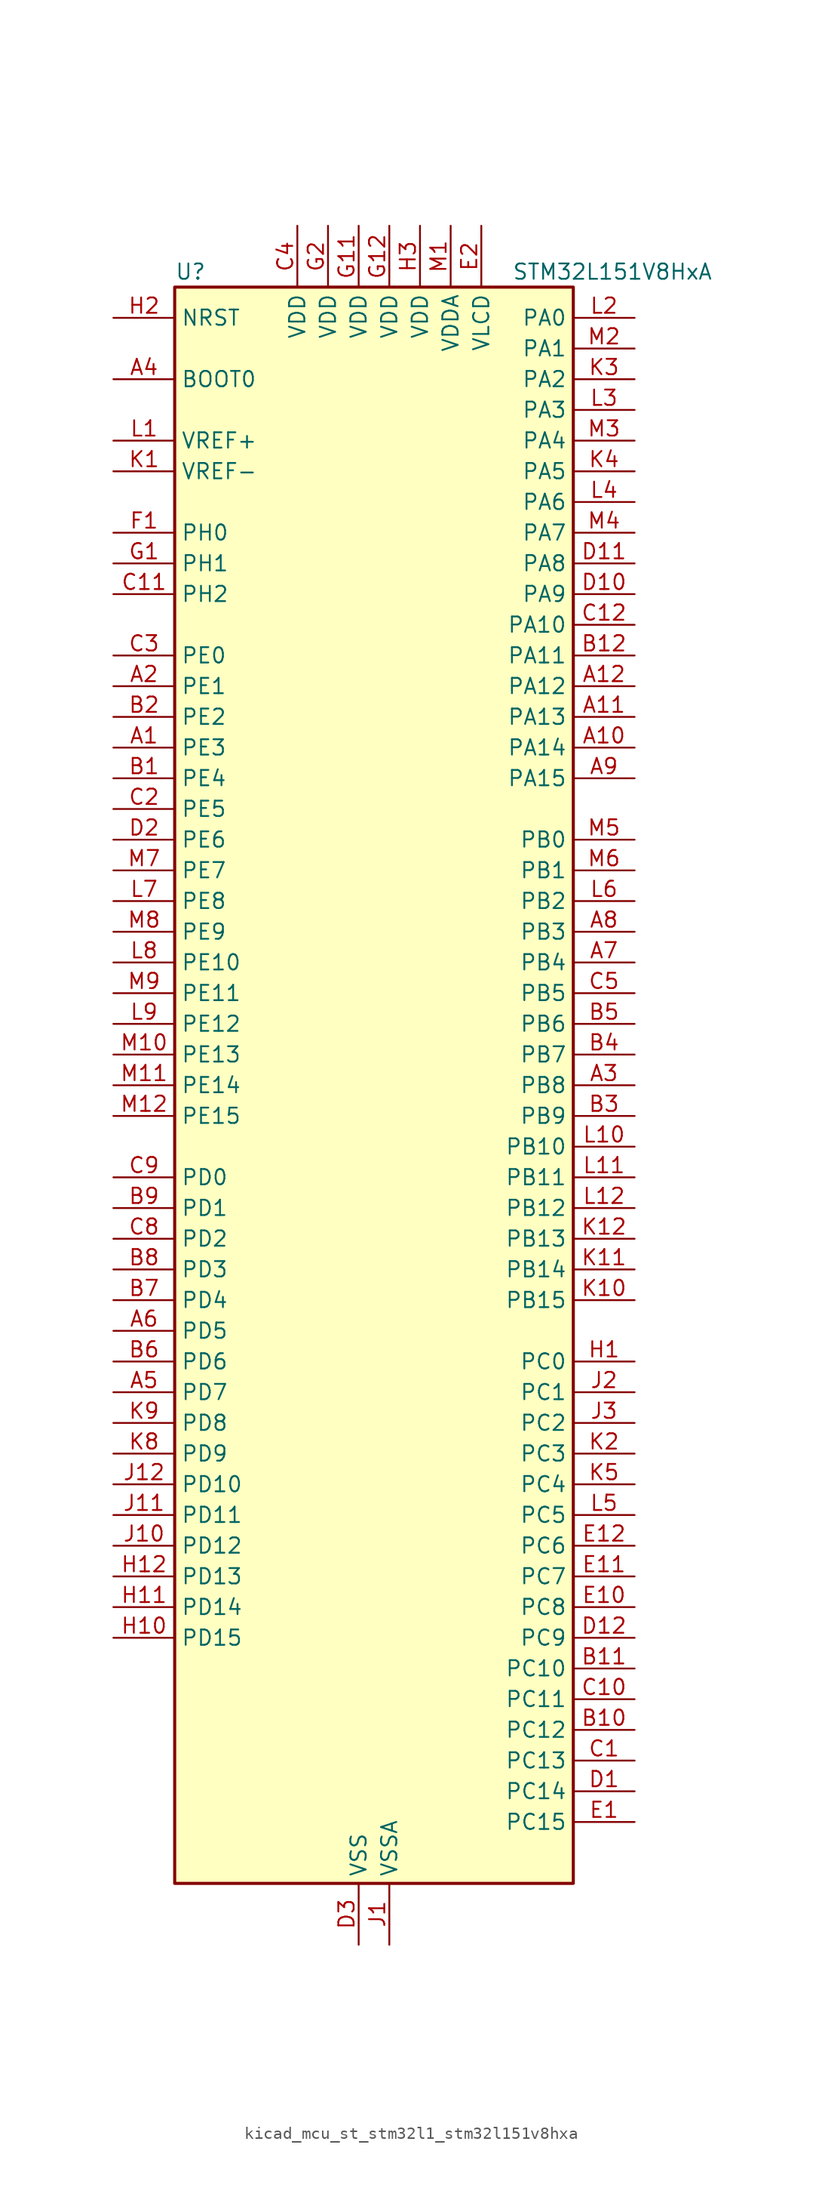
<source format=kicad_sym>
(kicad_symbol_lib
  (version 20220914)
  (generator kicad_symbol_editor)
  (symbol "kicad_mcu_st_stm32l1_stm32l151v8hxa"
    (property "Reference" "U"
      (at -15.24 67.31 0)
      (effects (font (size 1.27 1.27)) (justify left)))
    (property "Value" "STM32L151V8HxA"
      (at 12.7 67.31 0)
      (effects (font (size 1.27 1.27)) (justify left)))
    (property "ki_locked" ""
      (at 0 0 0)
      (effects (font (size 1.27 1.27))))
    (symbol "kicad_mcu_st_stm32l1_stm32l151v8hxa_0_1"
      (rectangle (start -15.24 -66.04) (end 17.78 66.04) (stroke (width 0.254) (type default)) (fill (type background))))
    (symbol "kicad_mcu_st_stm32l1_stm32l151v8hxa_1_1"
      (pin bidirectional line (at -20.32 27.94 0) (length 5.08) (name "PE3" (effects (font (size 1.27 1.27)))) (number "A1" (effects (font (size 1.27 1.27)))) (alternate "SYS_TRACED0" bidirectional line) (alternate "TIM3_CH1" bidirectional line) (alternate "TIMX_IC4" bidirectional line))
      (pin bidirectional line (at 22.86 27.94 180) (length 5.08) (name "PA14" (effects (font (size 1.27 1.27)))) (number "A10" (effects (font (size 1.27 1.27)))) (alternate "SYS_JTCK-SWCLK" bidirectional line) (alternate "TIMX_IC3" bidirectional line) (alternate "TS_G5_IO2" bidirectional line))
      (pin bidirectional line (at 22.86 30.48 180) (length 5.08) (name "PA13" (effects (font (size 1.27 1.27)))) (number "A11" (effects (font (size 1.27 1.27)))) (alternate "SYS_JTMS-SWDIO" bidirectional line) (alternate "TIMX_IC2" bidirectional line) (alternate "TS_G5_IO1" bidirectional line))
      (pin bidirectional line (at 22.86 33.02 180) (length 5.08) (name "PA12" (effects (font (size 1.27 1.27)))) (number "A12" (effects (font (size 1.27 1.27)))) (alternate "SPI1_MOSI" bidirectional line) (alternate "TIMX_IC1" bidirectional line) (alternate "USART1_RTS" bidirectional line) (alternate "USB_DP" bidirectional line))
      (pin bidirectional line (at -20.32 33.02 0) (length 5.08) (name "PE1" (effects (font (size 1.27 1.27)))) (number "A2" (effects (font (size 1.27 1.27)))) (alternate "TIM11_CH1" bidirectional line) (alternate "TIMX_IC2" bidirectional line))
      (pin bidirectional line (at 22.86 0 180) (length 5.08) (name "PB8" (effects (font (size 1.27 1.27)))) (number "A3" (effects (font (size 1.27 1.27)))) (alternate "I2C1_SCL" bidirectional line) (alternate "TIM10_CH1" bidirectional line) (alternate "TIM4_CH3" bidirectional line))
      (pin input line (at -20.32 58.42 0) (length 5.08) (name "BOOT0" (effects (font (size 1.27 1.27)))) (number "A4" (effects (font (size 1.27 1.27)))))
      (pin bidirectional line (at -20.32 -25.4 0) (length 5.08) (name "PD7" (effects (font (size 1.27 1.27)))) (number "A5" (effects (font (size 1.27 1.27)))) (alternate "TIM9_CH2" bidirectional line) (alternate "TIMX_IC4" bidirectional line) (alternate "USART2_CK" bidirectional line))
      (pin bidirectional line (at -20.32 -20.32 0) (length 5.08) (name "PD5" (effects (font (size 1.27 1.27)))) (number "A6" (effects (font (size 1.27 1.27)))) (alternate "TIMX_IC2" bidirectional line) (alternate "USART2_TX" bidirectional line))
      (pin bidirectional line (at 22.86 10.16 180) (length 5.08) (name "PB4" (effects (font (size 1.27 1.27)))) (number "A7" (effects (font (size 1.27 1.27)))) (alternate "COMP2_INP" bidirectional line) (alternate "SPI1_MISO" bidirectional line) (alternate "SYS_JTRST" bidirectional line) (alternate "TIM3_CH1" bidirectional line) (alternate "TS_G6_IO1" bidirectional line))
      (pin bidirectional line (at 22.86 12.7 180) (length 5.08) (name "PB3" (effects (font (size 1.27 1.27)))) (number "A8" (effects (font (size 1.27 1.27)))) (alternate "COMP2_INM" bidirectional line) (alternate "SPI1_SCK" bidirectional line) (alternate "SYS_JTDO-TRACESWO" bidirectional line) (alternate "TIM2_CH2" bidirectional line))
      (pin bidirectional line (at 22.86 25.4 180) (length 5.08) (name "PA15" (effects (font (size 1.27 1.27)))) (number "A9" (effects (font (size 1.27 1.27)))) (alternate "ADC_EXTI15" bidirectional line) (alternate "SPI1_NSS" bidirectional line) (alternate "SYS_JTDI" bidirectional line) (alternate "TIM2_CH1" bidirectional line) (alternate "TIM2_ETR" bidirectional line) (alternate "TIMX_IC4" bidirectional line) (alternate "TS_G5_IO3" bidirectional line))
      (pin bidirectional line (at -20.32 25.4 0) (length 5.08) (name "PE4" (effects (font (size 1.27 1.27)))) (number "B1" (effects (font (size 1.27 1.27)))) (alternate "SYS_TRACED1" bidirectional line) (alternate "TIM3_CH2" bidirectional line) (alternate "TIMX_IC1" bidirectional line))
      (pin bidirectional line (at 22.86 -53.34 180) (length 5.08) (name "PC12" (effects (font (size 1.27 1.27)))) (number "B10" (effects (font (size 1.27 1.27)))) (alternate "TIMX_IC1" bidirectional line) (alternate "USART3_CK" bidirectional line))
      (pin bidirectional line (at 22.86 -48.26 180) (length 5.08) (name "PC10" (effects (font (size 1.27 1.27)))) (number "B11" (effects (font (size 1.27 1.27)))) (alternate "TIMX_IC3" bidirectional line) (alternate "USART3_TX" bidirectional line))
      (pin bidirectional line (at 22.86 35.56 180) (length 5.08) (name "PA11" (effects (font (size 1.27 1.27)))) (number "B12" (effects (font (size 1.27 1.27)))) (alternate "ADC_EXTI11" bidirectional line) (alternate "SPI1_MISO" bidirectional line) (alternate "TIMX_IC4" bidirectional line) (alternate "USART1_CTS" bidirectional line) (alternate "USB_DM" bidirectional line))
      (pin bidirectional line (at -20.32 30.48 0) (length 5.08) (name "PE2" (effects (font (size 1.27 1.27)))) (number "B2" (effects (font (size 1.27 1.27)))) (alternate "SYS_TRACECK" bidirectional line) (alternate "TIM3_ETR" bidirectional line) (alternate "TIMX_IC3" bidirectional line))
      (pin bidirectional line (at 22.86 -2.54 180) (length 5.08) (name "PB9" (effects (font (size 1.27 1.27)))) (number "B3" (effects (font (size 1.27 1.27)))) (alternate "DAC_EXTI9" bidirectional line) (alternate "I2C1_SDA" bidirectional line) (alternate "TIM11_CH1" bidirectional line) (alternate "TIM4_CH4" bidirectional line))
      (pin bidirectional line (at 22.86 2.54 180) (length 5.08) (name "PB7" (effects (font (size 1.27 1.27)))) (number "B4" (effects (font (size 1.27 1.27)))) (alternate "I2C1_SDA" bidirectional line) (alternate "SYS_PVD_IN" bidirectional line) (alternate "TIM4_CH2" bidirectional line) (alternate "TS_G6_IO4" bidirectional line) (alternate "USART1_RX" bidirectional line))
      (pin bidirectional line (at 22.86 5.08 180) (length 5.08) (name "PB6" (effects (font (size 1.27 1.27)))) (number "B5" (effects (font (size 1.27 1.27)))) (alternate "I2C1_SCL" bidirectional line) (alternate "TIM4_CH1" bidirectional line) (alternate "TS_G6_IO3" bidirectional line) (alternate "USART1_TX" bidirectional line))
      (pin bidirectional line (at -20.32 -22.86 0) (length 5.08) (name "PD6" (effects (font (size 1.27 1.27)))) (number "B6" (effects (font (size 1.27 1.27)))) (alternate "TIMX_IC3" bidirectional line) (alternate "USART2_RX" bidirectional line))
      (pin bidirectional line (at -20.32 -17.78 0) (length 5.08) (name "PD4" (effects (font (size 1.27 1.27)))) (number "B7" (effects (font (size 1.27 1.27)))) (alternate "SPI2_MOSI" bidirectional line) (alternate "TIMX_IC1" bidirectional line) (alternate "USART2_RTS" bidirectional line))
      (pin bidirectional line (at -20.32 -15.24 0) (length 5.08) (name "PD3" (effects (font (size 1.27 1.27)))) (number "B8" (effects (font (size 1.27 1.27)))) (alternate "SPI2_MISO" bidirectional line) (alternate "TIMX_IC4" bidirectional line) (alternate "USART2_CTS" bidirectional line))
      (pin bidirectional line (at -20.32 -10.16 0) (length 5.08) (name "PD1" (effects (font (size 1.27 1.27)))) (number "B9" (effects (font (size 1.27 1.27)))) (alternate "SPI2_SCK" bidirectional line) (alternate "TIMX_IC2" bidirectional line))
      (pin bidirectional line (at 22.86 -55.88 180) (length 5.08) (name "PC13" (effects (font (size 1.27 1.27)))) (number "C1" (effects (font (size 1.27 1.27)))) (alternate "RTC_OUT_ALARM" bidirectional line) (alternate "RTC_OUT_CALIB" bidirectional line) (alternate "RTC_TAMP1" bidirectional line) (alternate "RTC_TS" bidirectional line) (alternate "SYS_WKUP2" bidirectional line) (alternate "TIMX_IC2" bidirectional line))
      (pin bidirectional line (at 22.86 -50.8 180) (length 5.08) (name "PC11" (effects (font (size 1.27 1.27)))) (number "C10" (effects (font (size 1.27 1.27)))) (alternate "ADC_EXTI11" bidirectional line) (alternate "TIMX_IC4" bidirectional line) (alternate "USART3_RX" bidirectional line))
      (pin bidirectional line (at -20.32 40.64 0) (length 5.08) (name "PH2" (effects (font (size 1.27 1.27)))) (number "C11" (effects (font (size 1.27 1.27)))))
      (pin bidirectional line (at 22.86 38.1 180) (length 5.08) (name "PA10" (effects (font (size 1.27 1.27)))) (number "C12" (effects (font (size 1.27 1.27)))) (alternate "TIMX_IC3" bidirectional line) (alternate "TS_G4_IO3" bidirectional line) (alternate "USART1_RX" bidirectional line))
      (pin bidirectional line (at -20.32 22.86 0) (length 5.08) (name "PE5" (effects (font (size 1.27 1.27)))) (number "C2" (effects (font (size 1.27 1.27)))) (alternate "SYS_TRACED2" bidirectional line) (alternate "TIM9_CH1" bidirectional line) (alternate "TIMX_IC2" bidirectional line))
      (pin bidirectional line (at -20.32 35.56 0) (length 5.08) (name "PE0" (effects (font (size 1.27 1.27)))) (number "C3" (effects (font (size 1.27 1.27)))) (alternate "TIM10_CH1" bidirectional line) (alternate "TIM4_ETR" bidirectional line) (alternate "TIMX_IC1" bidirectional line))
      (pin power_in line (at -5.08 71.12 270) (length 5.08) (name "VDD" (effects (font (size 1.27 1.27)))) (number "C4" (effects (font (size 1.27 1.27)))))
      (pin bidirectional line (at 22.86 7.62 180) (length 5.08) (name "PB5" (effects (font (size 1.27 1.27)))) (number "C5" (effects (font (size 1.27 1.27)))) (alternate "COMP2_INP" bidirectional line) (alternate "I2C1_SMBA" bidirectional line) (alternate "SPI1_MOSI" bidirectional line) (alternate "TIM3_CH2" bidirectional line) (alternate "TS_G6_IO2" bidirectional line))
      (pin bidirectional line (at -20.32 -12.7 0) (length 5.08) (name "PD2" (effects (font (size 1.27 1.27)))) (number "C8" (effects (font (size 1.27 1.27)))) (alternate "TIM3_ETR" bidirectional line) (alternate "TIMX_IC3" bidirectional line))
      (pin bidirectional line (at -20.32 -7.62 0) (length 5.08) (name "PD0" (effects (font (size 1.27 1.27)))) (number "C9" (effects (font (size 1.27 1.27)))) (alternate "SPI2_NSS" bidirectional line) (alternate "TIM9_CH1" bidirectional line) (alternate "TIMX_IC1" bidirectional line))
      (pin bidirectional line (at 22.86 -58.42 180) (length 5.08) (name "PC14" (effects (font (size 1.27 1.27)))) (number "D1" (effects (font (size 1.27 1.27)))) (alternate "RCC_OSC32_IN" bidirectional line) (alternate "TIMX_IC3" bidirectional line))
      (pin bidirectional line (at 22.86 40.64 180) (length 5.08) (name "PA9" (effects (font (size 1.27 1.27)))) (number "D10" (effects (font (size 1.27 1.27)))) (alternate "DAC_EXTI9" bidirectional line) (alternate "TIMX_IC2" bidirectional line) (alternate "TS_G4_IO2" bidirectional line) (alternate "USART1_TX" bidirectional line))
      (pin bidirectional line (at 22.86 43.18 180) (length 5.08) (name "PA8" (effects (font (size 1.27 1.27)))) (number "D11" (effects (font (size 1.27 1.27)))) (alternate "RCC_MCO" bidirectional line) (alternate "TIMX_IC1" bidirectional line) (alternate "TS_G4_IO1" bidirectional line) (alternate "USART1_CK" bidirectional line))
      (pin bidirectional line (at 22.86 -45.72 180) (length 5.08) (name "PC9" (effects (font (size 1.27 1.27)))) (number "D12" (effects (font (size 1.27 1.27)))) (alternate "DAC_EXTI9" bidirectional line) (alternate "TIM3_CH4" bidirectional line) (alternate "TIMX_IC2" bidirectional line) (alternate "TS_G10_IO4" bidirectional line))
      (pin bidirectional line (at -20.32 20.32 0) (length 5.08) (name "PE6" (effects (font (size 1.27 1.27)))) (number "D2" (effects (font (size 1.27 1.27)))) (alternate "RTC_TAMP3" bidirectional line) (alternate "SYS_TRACED3" bidirectional line) (alternate "SYS_WKUP3" bidirectional line) (alternate "TIM9_CH2" bidirectional line) (alternate "TIMX_IC3" bidirectional line))
      (pin power_in line (at 0 -71.12 90) (length 5.08) (name "VSS" (effects (font (size 1.27 1.27)))) (number "D3" (effects (font (size 1.27 1.27)))))
      (pin bidirectional line (at 22.86 -60.96 180) (length 5.08) (name "PC15" (effects (font (size 1.27 1.27)))) (number "E1" (effects (font (size 1.27 1.27)))) (alternate "ADC_EXTI15" bidirectional line) (alternate "RCC_OSC32_OUT" bidirectional line) (alternate "TIMX_IC4" bidirectional line))
      (pin bidirectional line (at 22.86 -43.18 180) (length 5.08) (name "PC8" (effects (font (size 1.27 1.27)))) (number "E10" (effects (font (size 1.27 1.27)))) (alternate "TIM3_CH3" bidirectional line) (alternate "TIMX_IC1" bidirectional line) (alternate "TS_G10_IO3" bidirectional line))
      (pin bidirectional line (at 22.86 -40.64 180) (length 5.08) (name "PC7" (effects (font (size 1.27 1.27)))) (number "E11" (effects (font (size 1.27 1.27)))) (alternate "TIM3_CH2" bidirectional line) (alternate "TIMX_IC4" bidirectional line) (alternate "TS_G10_IO2" bidirectional line))
      (pin bidirectional line (at 22.86 -38.1 180) (length 5.08) (name "PC6" (effects (font (size 1.27 1.27)))) (number "E12" (effects (font (size 1.27 1.27)))) (alternate "TIM3_CH1" bidirectional line) (alternate "TIMX_IC3" bidirectional line) (alternate "TS_G10_IO1" bidirectional line))
      (pin power_in line (at 10.16 71.12 270) (length 5.08) (name "VLCD" (effects (font (size 1.27 1.27)))) (number "E2" (effects (font (size 1.27 1.27)))))
      (pin passive line (at 0 -71.12 90) (length 5.08) hide (name "VSS" (effects (font (size 1.27 1.27)))) (number "E3" (effects (font (size 1.27 1.27)))))
      (pin bidirectional line (at -20.32 45.72 0) (length 5.08) (name "PH0" (effects (font (size 1.27 1.27)))) (number "F1" (effects (font (size 1.27 1.27)))) (alternate "RCC_OSC_IN" bidirectional line))
      (pin passive line (at 0 -71.12 90) (length 5.08) hide (name "VSS" (effects (font (size 1.27 1.27)))) (number "F11" (effects (font (size 1.27 1.27)))))
      (pin passive line (at 0 -71.12 90) (length 5.08) hide (name "VSS" (effects (font (size 1.27 1.27)))) (number "F12" (effects (font (size 1.27 1.27)))))
      (pin passive line (at 0 -71.12 90) (length 5.08) hide (name "VSS" (effects (font (size 1.27 1.27)))) (number "F2" (effects (font (size 1.27 1.27)))))
      (pin bidirectional line (at -20.32 43.18 0) (length 5.08) (name "PH1" (effects (font (size 1.27 1.27)))) (number "G1" (effects (font (size 1.27 1.27)))) (alternate "RCC_OSC_OUT" bidirectional line))
      (pin power_in line (at 0 71.12 270) (length 5.08) (name "VDD" (effects (font (size 1.27 1.27)))) (number "G11" (effects (font (size 1.27 1.27)))))
      (pin power_in line (at 2.54 71.12 270) (length 5.08) (name "VDD" (effects (font (size 1.27 1.27)))) (number "G12" (effects (font (size 1.27 1.27)))))
      (pin power_in line (at -2.54 71.12 270) (length 5.08) (name "VDD" (effects (font (size 1.27 1.27)))) (number "G2" (effects (font (size 1.27 1.27)))))
      (pin bidirectional line (at 22.86 -22.86 180) (length 5.08) (name "PC0" (effects (font (size 1.27 1.27)))) (number "H1" (effects (font (size 1.27 1.27)))) (alternate "ADC_IN10" bidirectional line) (alternate "COMP1_INP" bidirectional line) (alternate "TIMX_IC1" bidirectional line) (alternate "TS_G8_IO1" bidirectional line))
      (pin bidirectional line (at -20.32 -45.72 0) (length 5.08) (name "PD15" (effects (font (size 1.27 1.27)))) (number "H10" (effects (font (size 1.27 1.27)))) (alternate "ADC_EXTI15" bidirectional line) (alternate "TIM4_CH4" bidirectional line) (alternate "TIMX_IC4" bidirectional line))
      (pin bidirectional line (at -20.32 -43.18 0) (length 5.08) (name "PD14" (effects (font (size 1.27 1.27)))) (number "H11" (effects (font (size 1.27 1.27)))) (alternate "TIM4_CH3" bidirectional line) (alternate "TIMX_IC3" bidirectional line))
      (pin bidirectional line (at -20.32 -40.64 0) (length 5.08) (name "PD13" (effects (font (size 1.27 1.27)))) (number "H12" (effects (font (size 1.27 1.27)))) (alternate "TIM4_CH2" bidirectional line) (alternate "TIMX_IC2" bidirectional line))
      (pin input line (at -20.32 63.5 0) (length 5.08) (name "NRST" (effects (font (size 1.27 1.27)))) (number "H2" (effects (font (size 1.27 1.27)))))
      (pin power_in line (at 5.08 71.12 270) (length 5.08) (name "VDD" (effects (font (size 1.27 1.27)))) (number "H3" (effects (font (size 1.27 1.27)))))
      (pin power_in line (at 2.54 -71.12 90) (length 5.08) (name "VSSA" (effects (font (size 1.27 1.27)))) (number "J1" (effects (font (size 1.27 1.27)))))
      (pin bidirectional line (at -20.32 -38.1 0) (length 5.08) (name "PD12" (effects (font (size 1.27 1.27)))) (number "J10" (effects (font (size 1.27 1.27)))) (alternate "TIM4_CH1" bidirectional line) (alternate "TIMX_IC1" bidirectional line) (alternate "USART3_RTS" bidirectional line))
      (pin bidirectional line (at -20.32 -35.56 0) (length 5.08) (name "PD11" (effects (font (size 1.27 1.27)))) (number "J11" (effects (font (size 1.27 1.27)))) (alternate "ADC_EXTI11" bidirectional line) (alternate "TIMX_IC4" bidirectional line) (alternate "USART3_CTS" bidirectional line))
      (pin bidirectional line (at -20.32 -33.02 0) (length 5.08) (name "PD10" (effects (font (size 1.27 1.27)))) (number "J12" (effects (font (size 1.27 1.27)))) (alternate "TIMX_IC3" bidirectional line) (alternate "USART3_CK" bidirectional line))
      (pin bidirectional line (at 22.86 -25.4 180) (length 5.08) (name "PC1" (effects (font (size 1.27 1.27)))) (number "J2" (effects (font (size 1.27 1.27)))) (alternate "ADC_IN11" bidirectional line) (alternate "COMP1_INP" bidirectional line) (alternate "TIMX_IC2" bidirectional line) (alternate "TS_G8_IO2" bidirectional line))
      (pin bidirectional line (at 22.86 -27.94 180) (length 5.08) (name "PC2" (effects (font (size 1.27 1.27)))) (number "J3" (effects (font (size 1.27 1.27)))) (alternate "ADC_IN12" bidirectional line) (alternate "COMP1_INP" bidirectional line) (alternate "TIMX_IC3" bidirectional line) (alternate "TS_G8_IO3" bidirectional line))
      (pin input line (at -20.32 50.8 0) (length 5.08) (name "VREF-" (effects (font (size 1.27 1.27)))) (number "K1" (effects (font (size 1.27 1.27)))))
      (pin bidirectional line (at 22.86 -17.78 180) (length 5.08) (name "PB15" (effects (font (size 1.27 1.27)))) (number "K10" (effects (font (size 1.27 1.27)))) (alternate "ADC_EXTI15" bidirectional line) (alternate "ADC_IN21" bidirectional line) (alternate "COMP1_INP" bidirectional line) (alternate "RTC_REFIN" bidirectional line) (alternate "SPI2_MOSI" bidirectional line) (alternate "TIM11_CH1" bidirectional line) (alternate "TS_G7_IO4" bidirectional line))
      (pin bidirectional line (at 22.86 -15.24 180) (length 5.08) (name "PB14" (effects (font (size 1.27 1.27)))) (number "K11" (effects (font (size 1.27 1.27)))) (alternate "ADC_IN20" bidirectional line) (alternate "COMP1_INP" bidirectional line) (alternate "SPI2_MISO" bidirectional line) (alternate "TIM9_CH2" bidirectional line) (alternate "TS_G7_IO3" bidirectional line) (alternate "USART3_RTS" bidirectional line))
      (pin bidirectional line (at 22.86 -12.7 180) (length 5.08) (name "PB13" (effects (font (size 1.27 1.27)))) (number "K12" (effects (font (size 1.27 1.27)))) (alternate "ADC_IN19" bidirectional line) (alternate "COMP1_INP" bidirectional line) (alternate "SPI2_SCK" bidirectional line) (alternate "TIM9_CH1" bidirectional line) (alternate "TS_G7_IO2" bidirectional line) (alternate "USART3_CTS" bidirectional line))
      (pin bidirectional line (at 22.86 -30.48 180) (length 5.08) (name "PC3" (effects (font (size 1.27 1.27)))) (number "K2" (effects (font (size 1.27 1.27)))) (alternate "ADC_IN13" bidirectional line) (alternate "COMP1_INP" bidirectional line) (alternate "TIMX_IC4" bidirectional line) (alternate "TS_G8_IO4" bidirectional line))
      (pin bidirectional line (at 22.86 58.42 180) (length 5.08) (name "PA2" (effects (font (size 1.27 1.27)))) (number "K3" (effects (font (size 1.27 1.27)))) (alternate "ADC_IN2" bidirectional line) (alternate "COMP1_INP" bidirectional line) (alternate "TIM2_CH3" bidirectional line) (alternate "TIM9_CH1" bidirectional line) (alternate "TIMX_IC3" bidirectional line) (alternate "TS_G1_IO3" bidirectional line) (alternate "USART2_TX" bidirectional line))
      (pin bidirectional line (at 22.86 50.8 180) (length 5.08) (name "PA5" (effects (font (size 1.27 1.27)))) (number "K4" (effects (font (size 1.27 1.27)))) (alternate "ADC_IN5" bidirectional line) (alternate "COMP1_INP" bidirectional line) (alternate "DAC_OUT2" bidirectional line) (alternate "SPI1_SCK" bidirectional line) (alternate "TIM2_CH1" bidirectional line) (alternate "TIM2_ETR" bidirectional line) (alternate "TIMX_IC2" bidirectional line))
      (pin bidirectional line (at 22.86 -33.02 180) (length 5.08) (name "PC4" (effects (font (size 1.27 1.27)))) (number "K5" (effects (font (size 1.27 1.27)))) (alternate "ADC_IN14" bidirectional line) (alternate "COMP1_INP" bidirectional line) (alternate "TIMX_IC1" bidirectional line) (alternate "TS_G9_IO1" bidirectional line))
      (pin bidirectional line (at -20.32 -30.48 0) (length 5.08) (name "PD9" (effects (font (size 1.27 1.27)))) (number "K8" (effects (font (size 1.27 1.27)))) (alternate "DAC_EXTI9" bidirectional line) (alternate "TIMX_IC2" bidirectional line) (alternate "USART3_RX" bidirectional line))
      (pin bidirectional line (at -20.32 -27.94 0) (length 5.08) (name "PD8" (effects (font (size 1.27 1.27)))) (number "K9" (effects (font (size 1.27 1.27)))) (alternate "TIMX_IC1" bidirectional line) (alternate "USART3_TX" bidirectional line))
      (pin input line (at -20.32 53.34 0) (length 5.08) (name "VREF+" (effects (font (size 1.27 1.27)))) (number "L1" (effects (font (size 1.27 1.27)))))
      (pin bidirectional line (at 22.86 -5.08 180) (length 5.08) (name "PB10" (effects (font (size 1.27 1.27)))) (number "L10" (effects (font (size 1.27 1.27)))) (alternate "I2C2_SCL" bidirectional line) (alternate "TIM2_CH3" bidirectional line) (alternate "USART3_TX" bidirectional line))
      (pin bidirectional line (at 22.86 -7.62 180) (length 5.08) (name "PB11" (effects (font (size 1.27 1.27)))) (number "L11" (effects (font (size 1.27 1.27)))) (alternate "ADC_EXTI11" bidirectional line) (alternate "I2C2_SDA" bidirectional line) (alternate "TIM2_CH4" bidirectional line) (alternate "USART3_RX" bidirectional line))
      (pin bidirectional line (at 22.86 -10.16 180) (length 5.08) (name "PB12" (effects (font (size 1.27 1.27)))) (number "L12" (effects (font (size 1.27 1.27)))) (alternate "ADC_IN18" bidirectional line) (alternate "COMP1_INP" bidirectional line) (alternate "I2C2_SMBA" bidirectional line) (alternate "SPI2_NSS" bidirectional line) (alternate "TIM10_CH1" bidirectional line) (alternate "TS_G7_IO1" bidirectional line) (alternate "USART3_CK" bidirectional line))
      (pin bidirectional line (at 22.86 63.5 180) (length 5.08) (name "PA0" (effects (font (size 1.27 1.27)))) (number "L2" (effects (font (size 1.27 1.27)))) (alternate "ADC_IN0" bidirectional line) (alternate "COMP1_INP" bidirectional line) (alternate "RTC_TAMP2" bidirectional line) (alternate "SYS_WKUP1" bidirectional line) (alternate "TIM2_CH1" bidirectional line) (alternate "TIM2_ETR" bidirectional line) (alternate "TIMX_IC1" bidirectional line) (alternate "TS_G1_IO1" bidirectional line) (alternate "USART2_CTS" bidirectional line))
      (pin bidirectional line (at 22.86 55.88 180) (length 5.08) (name "PA3" (effects (font (size 1.27 1.27)))) (number "L3" (effects (font (size 1.27 1.27)))) (alternate "ADC_IN3" bidirectional line) (alternate "COMP1_INP" bidirectional line) (alternate "TIM2_CH4" bidirectional line) (alternate "TIM9_CH2" bidirectional line) (alternate "TIMX_IC4" bidirectional line) (alternate "TS_G1_IO4" bidirectional line) (alternate "USART2_RX" bidirectional line))
      (pin bidirectional line (at 22.86 48.26 180) (length 5.08) (name "PA6" (effects (font (size 1.27 1.27)))) (number "L4" (effects (font (size 1.27 1.27)))) (alternate "ADC_IN6" bidirectional line) (alternate "COMP1_INP" bidirectional line) (alternate "SPI1_MISO" bidirectional line) (alternate "TIM10_CH1" bidirectional line) (alternate "TIM3_CH1" bidirectional line) (alternate "TIMX_IC3" bidirectional line) (alternate "TS_G2_IO1" bidirectional line))
      (pin bidirectional line (at 22.86 -35.56 180) (length 5.08) (name "PC5" (effects (font (size 1.27 1.27)))) (number "L5" (effects (font (size 1.27 1.27)))) (alternate "ADC_IN15" bidirectional line) (alternate "COMP1_INP" bidirectional line) (alternate "TIMX_IC2" bidirectional line) (alternate "TS_G9_IO2" bidirectional line))
      (pin bidirectional line (at 22.86 15.24 180) (length 5.08) (name "PB2" (effects (font (size 1.27 1.27)))) (number "L6" (effects (font (size 1.27 1.27)))) (alternate "TS_G3_IO3" bidirectional line))
      (pin bidirectional line (at -20.32 15.24 0) (length 5.08) (name "PE8" (effects (font (size 1.27 1.27)))) (number "L7" (effects (font (size 1.27 1.27)))) (alternate "ADC_IN23" bidirectional line) (alternate "COMP1_INP" bidirectional line) (alternate "TIMX_IC1" bidirectional line))
      (pin bidirectional line (at -20.32 10.16 0) (length 5.08) (name "PE10" (effects (font (size 1.27 1.27)))) (number "L8" (effects (font (size 1.27 1.27)))) (alternate "ADC_IN25" bidirectional line) (alternate "COMP1_INP" bidirectional line) (alternate "TIM2_CH2" bidirectional line) (alternate "TIMX_IC3" bidirectional line))
      (pin bidirectional line (at -20.32 5.08 0) (length 5.08) (name "PE12" (effects (font (size 1.27 1.27)))) (number "L9" (effects (font (size 1.27 1.27)))) (alternate "SPI1_NSS" bidirectional line) (alternate "TIM2_CH4" bidirectional line) (alternate "TIMX_IC1" bidirectional line))
      (pin power_in line (at 7.62 71.12 270) (length 5.08) (name "VDDA" (effects (font (size 1.27 1.27)))) (number "M1" (effects (font (size 1.27 1.27)))))
      (pin bidirectional line (at -20.32 2.54 0) (length 5.08) (name "PE13" (effects (font (size 1.27 1.27)))) (number "M10" (effects (font (size 1.27 1.27)))) (alternate "SPI1_SCK" bidirectional line) (alternate "TIMX_IC2" bidirectional line))
      (pin bidirectional line (at -20.32 0 0) (length 5.08) (name "PE14" (effects (font (size 1.27 1.27)))) (number "M11" (effects (font (size 1.27 1.27)))) (alternate "SPI1_MISO" bidirectional line) (alternate "TIMX_IC3" bidirectional line))
      (pin bidirectional line (at -20.32 -2.54 0) (length 5.08) (name "PE15" (effects (font (size 1.27 1.27)))) (number "M12" (effects (font (size 1.27 1.27)))) (alternate "ADC_EXTI15" bidirectional line) (alternate "SPI1_MOSI" bidirectional line) (alternate "TIMX_IC4" bidirectional line))
      (pin bidirectional line (at 22.86 60.96 180) (length 5.08) (name "PA1" (effects (font (size 1.27 1.27)))) (number "M2" (effects (font (size 1.27 1.27)))) (alternate "ADC_IN1" bidirectional line) (alternate "COMP1_INP" bidirectional line) (alternate "TIM2_CH2" bidirectional line) (alternate "TIMX_IC2" bidirectional line) (alternate "TS_G1_IO2" bidirectional line) (alternate "USART2_RTS" bidirectional line))
      (pin bidirectional line (at 22.86 53.34 180) (length 5.08) (name "PA4" (effects (font (size 1.27 1.27)))) (number "M3" (effects (font (size 1.27 1.27)))) (alternate "ADC_IN4" bidirectional line) (alternate "COMP1_INP" bidirectional line) (alternate "DAC_OUT1" bidirectional line) (alternate "SPI1_NSS" bidirectional line) (alternate "TIMX_IC1" bidirectional line) (alternate "USART2_CK" bidirectional line))
      (pin bidirectional line (at 22.86 45.72 180) (length 5.08) (name "PA7" (effects (font (size 1.27 1.27)))) (number "M4" (effects (font (size 1.27 1.27)))) (alternate "ADC_IN7" bidirectional line) (alternate "COMP1_INP" bidirectional line) (alternate "SPI1_MOSI" bidirectional line) (alternate "TIM11_CH1" bidirectional line) (alternate "TIM3_CH2" bidirectional line) (alternate "TIMX_IC4" bidirectional line) (alternate "TS_G2_IO2" bidirectional line))
      (pin bidirectional line (at 22.86 20.32 180) (length 5.08) (name "PB0" (effects (font (size 1.27 1.27)))) (number "M5" (effects (font (size 1.27 1.27)))) (alternate "ADC_IN8" bidirectional line) (alternate "COMP1_INP" bidirectional line) (alternate "SYS_V_REF_OUT" bidirectional line) (alternate "TIM3_CH3" bidirectional line) (alternate "TS_G3_IO1" bidirectional line))
      (pin bidirectional line (at 22.86 17.78 180) (length 5.08) (name "PB1" (effects (font (size 1.27 1.27)))) (number "M6" (effects (font (size 1.27 1.27)))) (alternate "ADC_IN9" bidirectional line) (alternate "COMP1_INP" bidirectional line) (alternate "SYS_V_REF_OUT" bidirectional line) (alternate "TIM3_CH4" bidirectional line) (alternate "TS_G3_IO2" bidirectional line))
      (pin bidirectional line (at -20.32 17.78 0) (length 5.08) (name "PE7" (effects (font (size 1.27 1.27)))) (number "M7" (effects (font (size 1.27 1.27)))) (alternate "ADC_IN22" bidirectional line) (alternate "COMP1_INP" bidirectional line) (alternate "TIMX_IC4" bidirectional line))
      (pin bidirectional line (at -20.32 12.7 0) (length 5.08) (name "PE9" (effects (font (size 1.27 1.27)))) (number "M8" (effects (font (size 1.27 1.27)))) (alternate "ADC_IN24" bidirectional line) (alternate "COMP1_INP" bidirectional line) (alternate "DAC_EXTI9" bidirectional line) (alternate "TIM2_CH1" bidirectional line) (alternate "TIM2_ETR" bidirectional line) (alternate "TIMX_IC2" bidirectional line))
      (pin bidirectional line (at -20.32 7.62 0) (length 5.08) (name "PE11" (effects (font (size 1.27 1.27)))) (number "M9" (effects (font (size 1.27 1.27)))) (alternate "ADC_EXTI11" bidirectional line) (alternate "TIM2_CH3" bidirectional line) (alternate "TIMX_IC4" bidirectional line)))))
</source>
